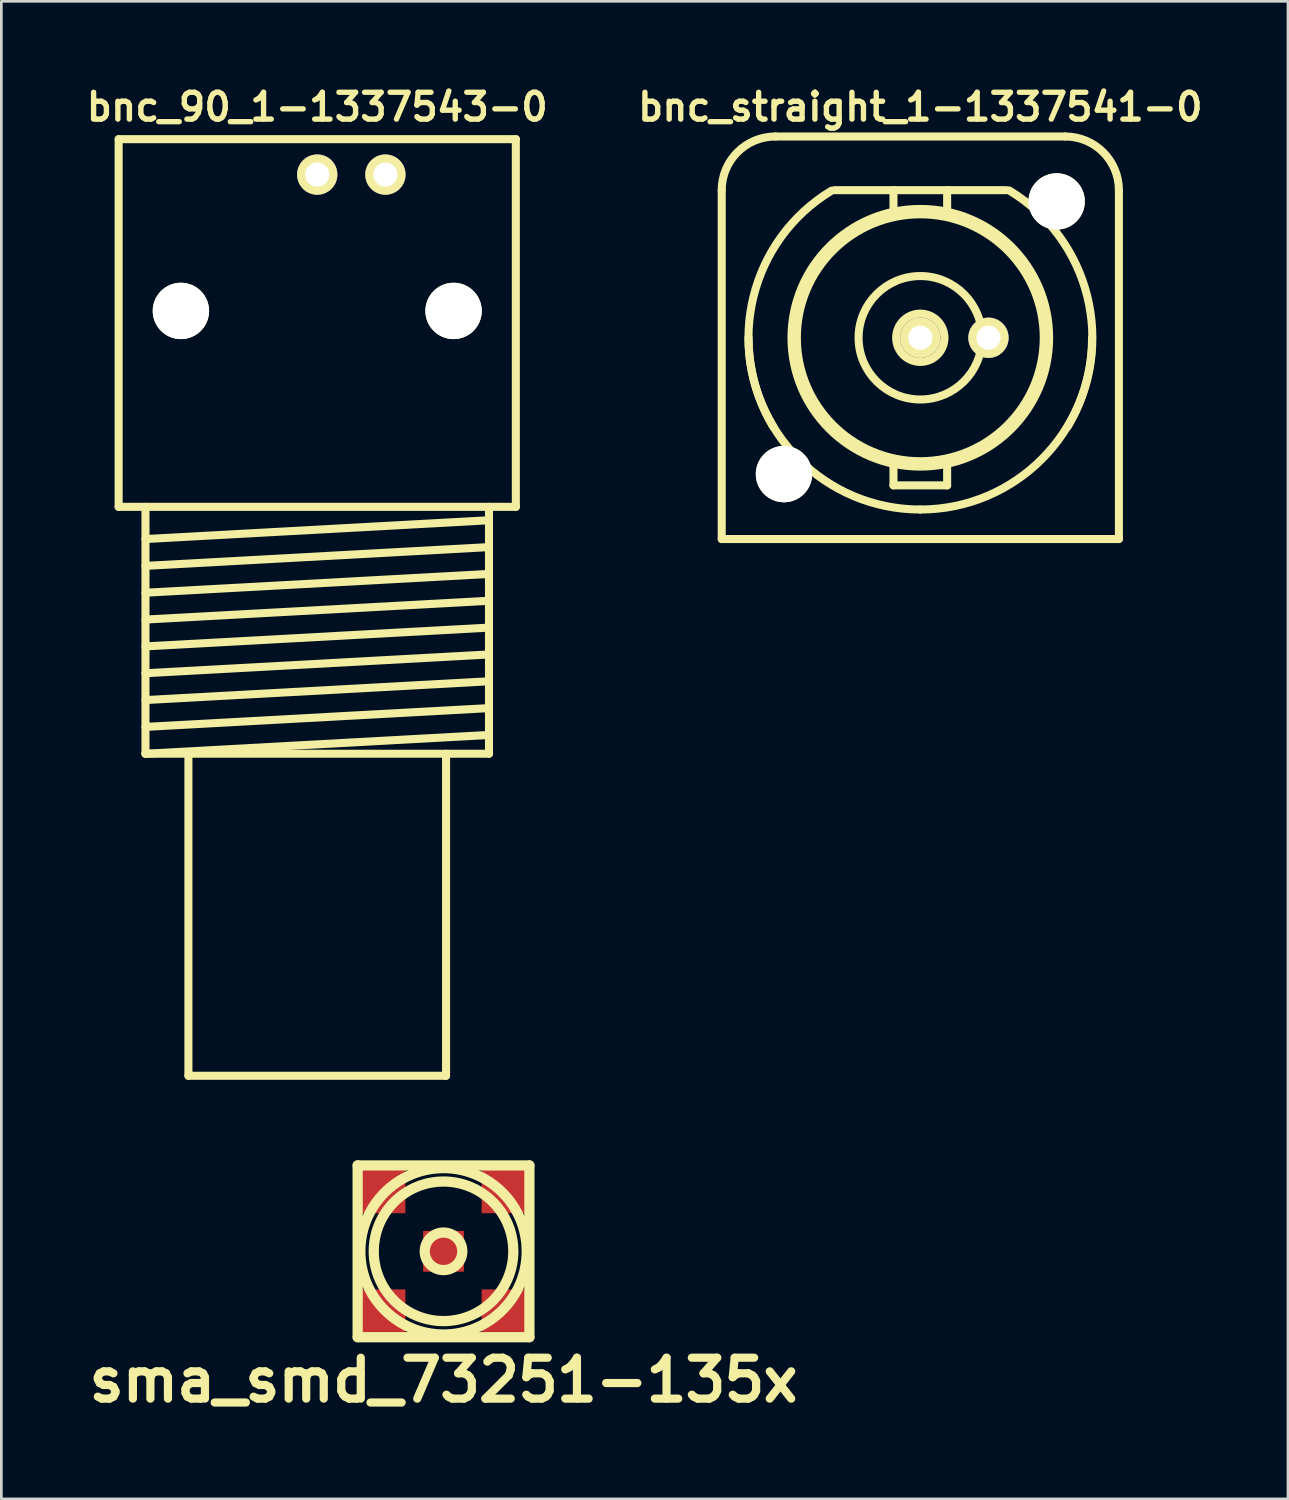
<source format=kicad_pcb>
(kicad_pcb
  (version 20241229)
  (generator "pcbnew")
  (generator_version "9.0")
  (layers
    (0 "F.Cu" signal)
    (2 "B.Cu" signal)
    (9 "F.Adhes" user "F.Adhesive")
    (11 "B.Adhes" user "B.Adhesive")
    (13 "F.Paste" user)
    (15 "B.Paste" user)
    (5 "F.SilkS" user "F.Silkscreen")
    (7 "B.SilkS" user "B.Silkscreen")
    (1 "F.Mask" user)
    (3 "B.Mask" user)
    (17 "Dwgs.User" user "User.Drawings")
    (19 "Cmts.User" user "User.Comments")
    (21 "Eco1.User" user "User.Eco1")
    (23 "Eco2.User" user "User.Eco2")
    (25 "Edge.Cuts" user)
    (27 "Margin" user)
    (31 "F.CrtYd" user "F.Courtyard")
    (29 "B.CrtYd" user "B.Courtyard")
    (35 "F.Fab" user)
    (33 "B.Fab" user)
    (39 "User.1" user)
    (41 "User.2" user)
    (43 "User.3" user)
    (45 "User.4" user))
  (footprint "sma_smd_73251-135x"
    (layer "F.Cu")
    (at 13.477 43.577)
    (property "Reference" "sma_smd_73251-135x" (at 0 4.8 0) (layer "F.SilkS") (effects (font (size 1.524 1.524) (thickness 0.305))))
    (attr smd)
    (fp_line (start -3.2 -3.2) (end -3.2 3.2) (stroke (width 0.381) (type solid)) (layer "F.SilkS"))
    (fp_line (start -3.2 -3.2) (end 3.2 -3.2) (stroke (width 0.381) (type solid)) (layer "F.SilkS"))
    (fp_line (start 3.2 -3.2) (end 3.2 3.2) (stroke (width 0.381) (type solid)) (layer "F.SilkS"))
    (fp_line (start 3.2 3.2) (end -3.2 3.2) (stroke (width 0.381) (type solid)) (layer "F.SilkS"))
    (fp_circle (center 0 0) (end -3.1 0) (stroke (width 0.381) (type solid)) (fill no) (layer "F.SilkS"))
    (fp_circle (center 0 0) (end -2.6 0) (stroke (width 0.381) (type solid)) (fill no) (layer "F.SilkS"))
    (fp_circle (center 0 0) (end -0.7 0) (stroke (width 0.381) (type solid)) (fill no) (layer "F.SilkS"))
    (pad "1" smd rect (at 0 0) (size 1.52 1.52) (layers "F.Cu" "F.Mask" "F.Paste"))
    (pad "2" smd rect (at -2.375 -2.375) (size 1.91 1.91) (layers "F.Cu" "F.Mask" "F.Paste"))
    (pad "2" smd rect (at -2.375 2.375) (size 1.91 1.91) (layers "F.Cu" "F.Mask" "F.Paste"))
    (pad "2" smd rect (at 2.375 -2.375) (size 1.91 1.91) (layers "F.Cu" "F.Mask" "F.Paste"))
    (pad "2" smd rect (at 2.375 2.375) (size 1.91 1.91) (layers "F.Cu" "F.Mask" "F.Paste")))
  (footprint "bnc_90_1-1337543-0"
    (layer "F.Cu")
    (at 8.771 15.836)
    (property "Reference" "bnc_90_1-1337543-0" (at 0 -14.9 0) (layer "F.SilkS") (effects (font (size 1 1) (thickness 0.2))))
    (attr through_hole)
    (fp_line (start -7.4 -13.7) (end -7.4 0) (stroke (width 0.3) (type solid)) (layer "F.SilkS"))
    (fp_line (start -7.4 -13.7) (end 7.4 -13.7) (stroke (width 0.3) (type solid)) (layer "F.SilkS"))
    (fp_line (start -7.4 0) (end 7.4 0) (stroke (width 0.3) (type solid)) (layer "F.SilkS"))
    (fp_line (start -6.4 1.2) (end 6.4 0.5) (stroke (width 0.3) (type solid)) (layer "F.SilkS"))
    (fp_line (start -6.4 2.2) (end 6.4 1.5) (stroke (width 0.3) (type solid)) (layer "F.SilkS"))
    (fp_line (start -6.4 3.2) (end 6.4 2.5) (stroke (width 0.3) (type solid)) (layer "F.SilkS"))
    (fp_line (start -6.4 4.2) (end 6.4 3.5) (stroke (width 0.3) (type solid)) (layer "F.SilkS"))
    (fp_line (start -6.4 5.2) (end 6.4 4.5) (stroke (width 0.3) (type solid)) (layer "F.SilkS"))
    (fp_line (start -6.4 6.2) (end 6.4 5.5) (stroke (width 0.3) (type solid)) (layer "F.SilkS"))
    (fp_line (start -6.4 7.2) (end 6.4 6.5) (stroke (width 0.3) (type solid)) (layer "F.SilkS"))
    (fp_line (start -6.4 8.2) (end 6.4 7.5) (stroke (width 0.3) (type solid)) (layer "F.SilkS"))
    (fp_line (start -6.4 9.2) (end -6.4 0) (stroke (width 0.3) (type solid)) (layer "F.SilkS"))
    (fp_line (start -6.4 9.2) (end 6.4 8.5) (stroke (width 0.3) (type solid)) (layer "F.SilkS"))
    (fp_line (start -6.4 9.2) (end 6.4 9.2) (stroke (width 0.3) (type solid)) (layer "F.SilkS"))
    (fp_line (start -4.8 21.2) (end -4.8 9.2) (stroke (width 0.3) (type solid)) (layer "F.SilkS"))
    (fp_line (start -4.8 21.2) (end 4.8 21.2) (stroke (width 0.3) (type solid)) (layer "F.SilkS"))
    (fp_line (start 4.8 21.2) (end 4.8 9.2) (stroke (width 0.3) (type solid)) (layer "F.SilkS"))
    (fp_line (start 6.4 9.2) (end 6.4 0) (stroke (width 0.3) (type solid)) (layer "F.SilkS"))
    (fp_line (start 7.4 0) (end 7.4 -13.7) (stroke (width 0.3) (type solid)) (layer "F.SilkS"))
    (pad "" np_thru_hole circle (at -5.08 -7.3) (size 2.1 2.1) (drill 2.1) (layers "*.Cu" "*.Mask" "F.SilkS"))
    (pad "" np_thru_hole circle (at 5.08 -7.3) (size 2.1 2.1) (drill 2.1) (layers "*.Cu" "*.Mask" "F.SilkS"))
    (pad "1" thru_hole circle (at 0 -12.38) (size 1.5 1.5) (drill 0.9) (layers "*.Cu" "*.Mask" "F.SilkS"))
    (pad "2" thru_hole circle (at 2.54 -12.38) (size 1.5 1.5) (drill 0.9) (layers "*.Cu" "*.Mask" "F.SilkS")))
  (footprint "bnc_straight_1-1337541-0"
    (layer "F.Cu")
    (at 31.243 9.536)
    (property "Reference" "bnc_straight_1-1337541-0" (at 0 -8.6 0) (layer "F.SilkS") (effects (font (size 1 1) (thickness 0.2))))
    (attr through_hole)
    (fp_line (start -7.4 -5.5) (end -7.4 7.5) (stroke (width 0.3) (type solid)) (layer "F.SilkS"))
    (fp_line (start -7.4 7.5) (end 7.4 7.5) (stroke (width 0.3) (type solid)) (layer "F.SilkS"))
    (fp_line (start -3.2 -5.5) (end 3.2 -5.5) (stroke (width 0.3) (type solid)) (layer "F.SilkS"))
    (fp_line (start -1 -5.5) (end -1 -4.7) (stroke (width 0.3) (type solid)) (layer "F.SilkS"))
    (fp_line (start -1 5.5) (end -1 4.7) (stroke (width 0.3) (type solid)) (layer "F.SilkS"))
    (fp_line (start -1 5.5) (end 1 5.5) (stroke (width 0.3) (type solid)) (layer "F.SilkS"))
    (fp_line (start 1 -5.5) (end 1 -4.7) (stroke (width 0.3) (type solid)) (layer "F.SilkS"))
    (fp_line (start 1 5.5) (end 1 4.7) (stroke (width 0.3) (type solid)) (layer "F.SilkS"))
    (fp_line (start 5.4 -7.5) (end -5.4 -7.5) (stroke (width 0.3) (type solid)) (layer "F.SilkS"))
    (fp_line (start 7.4 7.5) (end 7.4 -5.5) (stroke (width 0.3) (type solid)) (layer "F.SilkS"))
    (fp_arc (start -7.4 -5.5) (mid -6.814214 -6.914214) (end -5.4 -7.5) (stroke (width 0.3) (type solid)) (layer "F.SilkS"))
    (fp_arc (start -5.48 3.31) (mid -6.215469 -1.534422) (end -3.31 -5.48) (stroke (width 0.3) (type solid)) (layer "F.SilkS"))
    (fp_arc (start 0 6.4) (mid -4.525483 4.525483) (end -6.4 0) (stroke (width 0.3) (type solid)) (layer "F.SilkS"))
    (fp_arc (start 3.31 -5.49) (mid 6.22254 -1.541493) (end 5.49 3.31) (stroke (width 0.3) (type solid)) (layer "F.SilkS"))
    (fp_arc (start 5.4 -7.5) (mid 6.814214 -6.914214) (end 7.4 -5.5) (stroke (width 0.3) (type solid)) (layer "F.SilkS"))
    (fp_arc (start 6.4 0) (mid 4.525483 4.525483) (end 0 6.4) (stroke (width 0.3) (type solid)) (layer "F.SilkS"))
    (fp_circle (center 0 0) (end -4.8 0) (stroke (width 0.3) (type solid)) (fill no) (layer "F.SilkS"))
    (fp_circle (center 0 0) (end -4.6 0) (stroke (width 0.3) (type solid)) (fill no) (layer "F.SilkS"))
    (fp_circle (center 0 0) (end -2.3 0) (stroke (width 0.3) (type solid)) (fill no) (layer "F.SilkS"))
    (fp_circle (center 0 0) (end -0.9 0) (stroke (width 0.3) (type solid)) (fill no) (layer "F.SilkS"))
    (pad "" np_thru_hole circle (at -5.08 5.08) (size 2.1 2.1) (drill 2.1) (layers "*.Cu" "*.Mask" "F.SilkS"))
    (pad "" np_thru_hole circle (at 5.08 -5.08) (size 2.1 2.1) (drill 2.1) (layers "*.Cu" "*.Mask" "F.SilkS"))
    (pad "1" thru_hole circle (at 0 0) (size 1.5 1.5) (drill 0.9) (layers "*.Cu" "*.Mask" "F.SilkS"))
    (pad "2" thru_hole circle (at 2.54 0) (size 1.5 1.5) (drill 0.9) (layers "*.Cu" "*.Mask" "F.SilkS")))
  (gr_rect
    (start -3 -3)
    (end 44.943 52.803)
    (stroke (width 0.1) (type default))
    (fill no)
    (layer "Edge.Cuts")))
</source>
